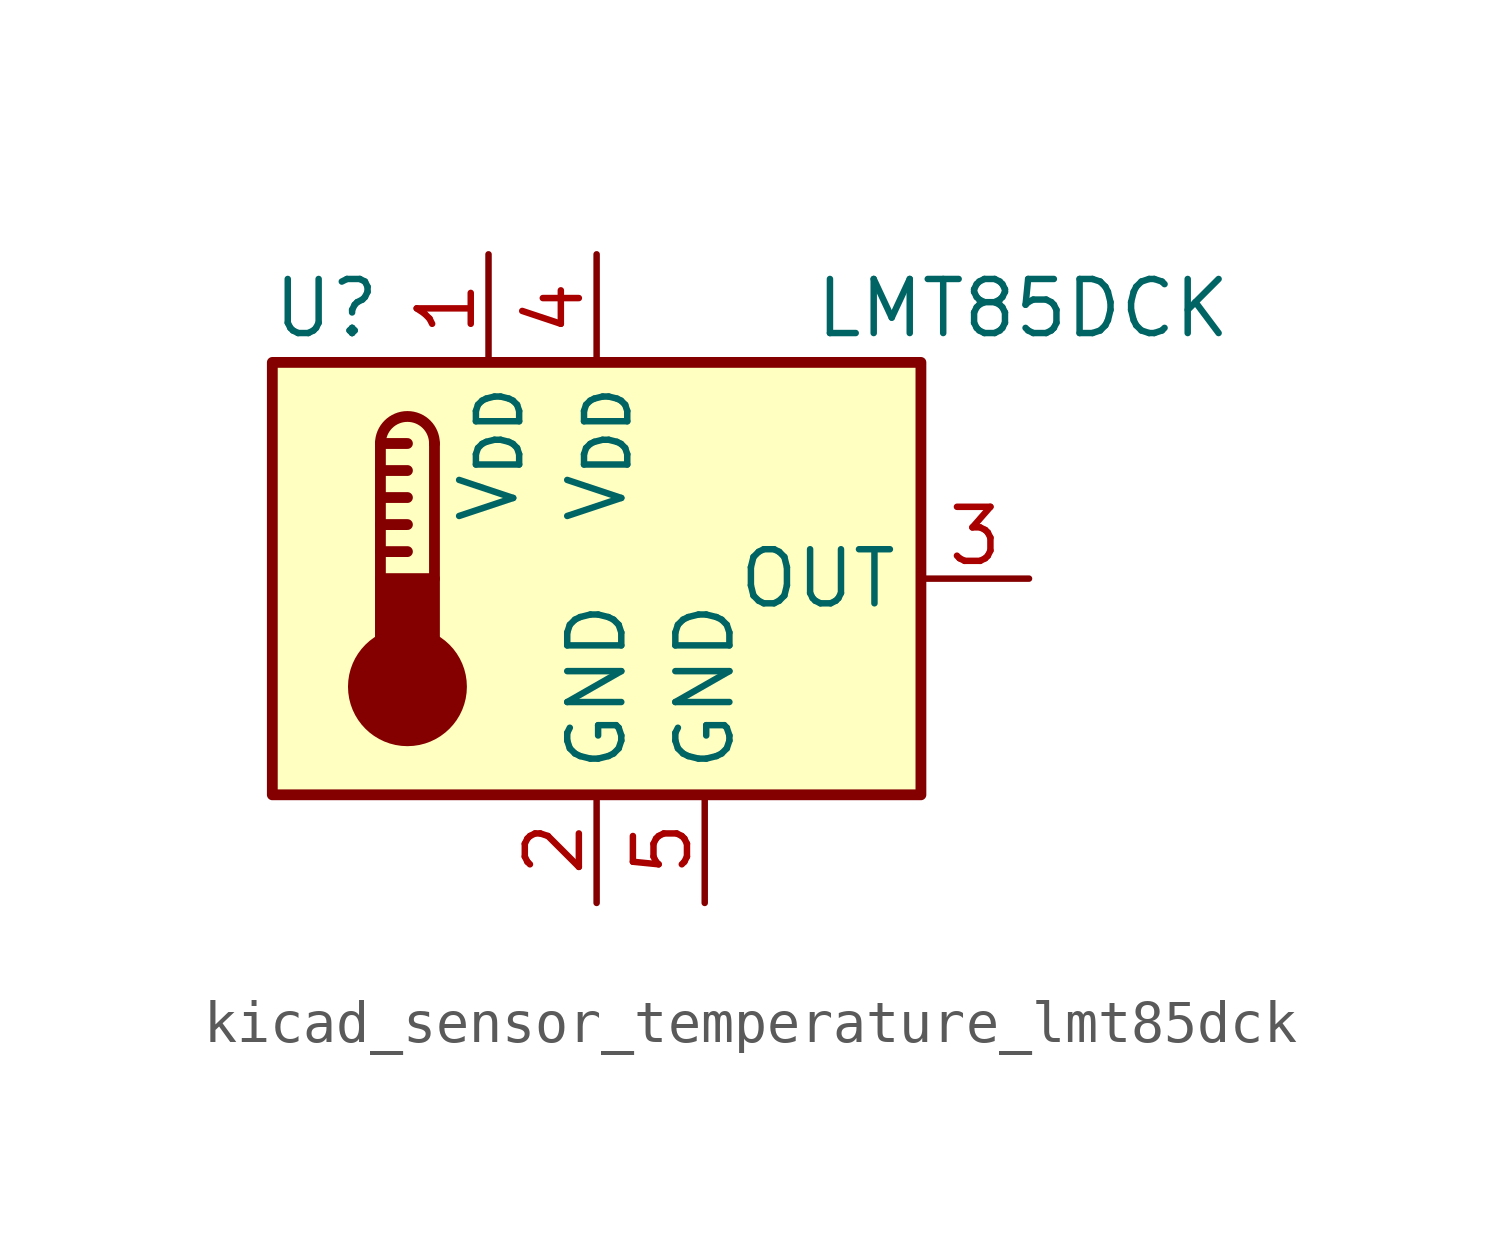
<source format=kicad_sym>
(kicad_symbol_lib
  (version 20220914)
  (generator kicad_symbol_editor)
  (symbol "kicad_sensor_temperature_lmt85dck"
    (property "Reference" "U"
      (at -6.35 6.35 0)
      (effects (font (size 1.27 1.27))))
    (property "Value" "LMT85DCK"
      (at 5.08 6.35 0)
      (effects (font (size 1.27 1.27)) (justify left)))
    (symbol "kicad_sensor_temperature_lmt85dck_0_1"
      (rectangle (start -7.62 5.08) (end 7.62 -5.08) (stroke (width 0.254) (type default)) (fill (type background)))
      (circle (center -4.445 -2.54) (radius 1.27) (stroke (width 0.254) (type default)) (fill (type outline)))
      (rectangle (start -3.81 -1.905) (end -5.08 0) (stroke (width 0.254) (type default)) (fill (type outline)))
      (arc (start -3.81 3.175) (mid -4.445 3.8073) (end -5.08 3.175) (stroke (width 0.254) (type default)) (fill (type none)))
      (polyline (pts (xy -5.08 0.635) (xy -4.445 0.635)) (stroke (width 0.254) (type default)) (fill (type none)))
      (polyline (pts (xy -5.08 1.27) (xy -4.445 1.27)) (stroke (width 0.254) (type default)) (fill (type none)))
      (polyline (pts (xy -5.08 1.905) (xy -4.445 1.905)) (stroke (width 0.254) (type default)) (fill (type none)))
      (polyline (pts (xy -5.08 2.54) (xy -4.445 2.54)) (stroke (width 0.254) (type default)) (fill (type none)))
      (polyline (pts (xy -5.08 3.175) (xy -5.08 0)) (stroke (width 0.254) (type default)) (fill (type none)))
      (polyline (pts (xy -5.08 3.175) (xy -4.445 3.175)) (stroke (width 0.254) (type default)) (fill (type none)))
      (polyline (pts (xy -3.81 3.175) (xy -3.81 0)) (stroke (width 0.254) (type default)) (fill (type none))))
    (symbol "kicad_sensor_temperature_lmt85dck_1_1"
      (pin power_in line (at -2.54 7.62 270) (length 2.54) (name "V_{DD}" (effects (font (size 1.27 1.27)))) (number "1" (effects (font (size 1.27 1.27)))))
      (pin power_in line (at 0 -7.62 90) (length 2.54) (name "GND" (effects (font (size 1.27 1.27)))) (number "2" (effects (font (size 1.27 1.27)))))
      (pin output line (at 10.16 0 180) (length 2.54) (name "OUT" (effects (font (size 1.27 1.27)))) (number "3" (effects (font (size 1.27 1.27)))))
      (pin power_in line (at 0 7.62 270) (length 2.54) (name "V_{DD}" (effects (font (size 1.27 1.27)))) (number "4" (effects (font (size 1.27 1.27)))))
      (pin power_in line (at 2.54 -7.62 90) (length 2.54) (name "GND" (effects (font (size 1.27 1.27)))) (number "5" (effects (font (size 1.27 1.27))))))))
</source>
